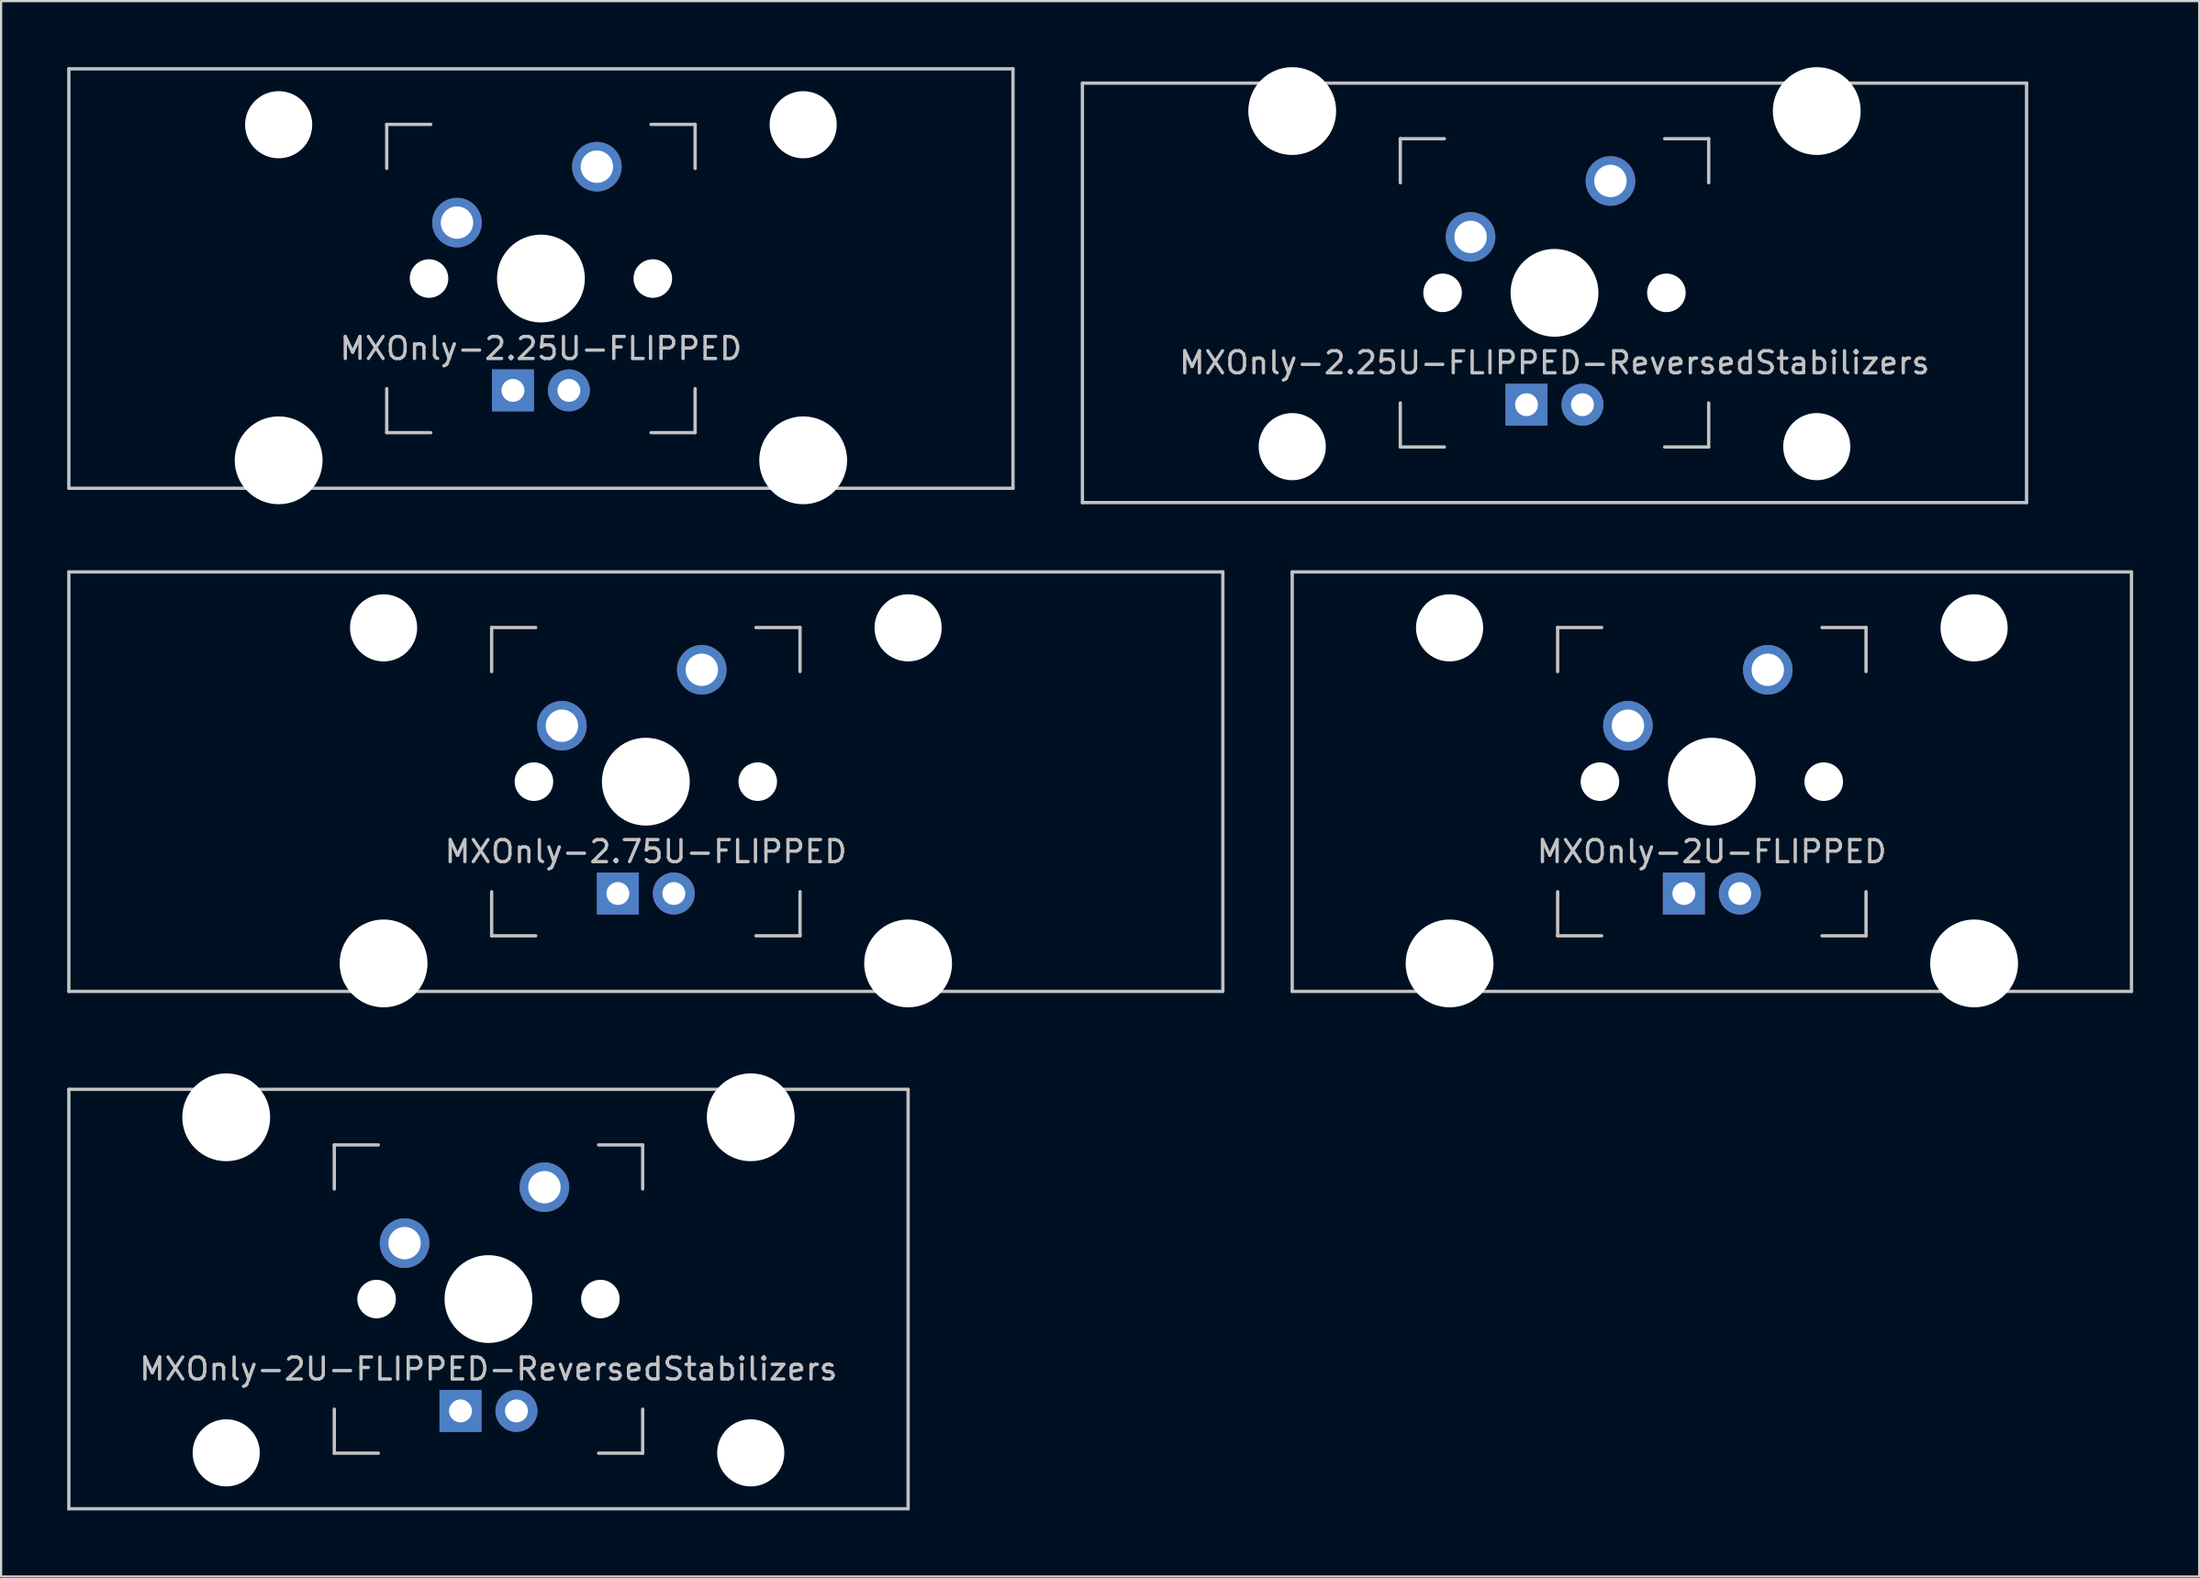
<source format=kicad_pcb>
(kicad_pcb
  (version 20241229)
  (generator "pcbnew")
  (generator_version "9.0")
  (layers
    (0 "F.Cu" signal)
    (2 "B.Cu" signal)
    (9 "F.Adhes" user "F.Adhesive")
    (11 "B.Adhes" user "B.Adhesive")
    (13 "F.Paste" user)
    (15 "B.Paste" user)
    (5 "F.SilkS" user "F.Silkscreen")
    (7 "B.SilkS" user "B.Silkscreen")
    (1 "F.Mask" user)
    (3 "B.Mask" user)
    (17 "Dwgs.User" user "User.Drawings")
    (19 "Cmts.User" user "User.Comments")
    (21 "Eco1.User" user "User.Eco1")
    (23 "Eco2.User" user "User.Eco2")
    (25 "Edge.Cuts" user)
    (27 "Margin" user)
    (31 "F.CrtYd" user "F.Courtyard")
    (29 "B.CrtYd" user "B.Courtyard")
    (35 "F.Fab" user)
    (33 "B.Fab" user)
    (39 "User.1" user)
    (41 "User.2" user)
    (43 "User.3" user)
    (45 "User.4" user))
  (footprint "MXOnly-2.25U-FLIPPED-ReversedStabilizers"
    (layer "F.Cu")
    (at 67.519 10.249)
    (property "Reference" "MXOnly-2.25U-FLIPPED-ReversedStabilizers" (at 0 3.175 0) (layer "Dwgs.User") (effects (font (size 1 1) (thickness 0.15))))
    (attr through_hole)
    (fp_line (start -21.431 -9.525) (end 21.431 -9.525) (stroke (width 0.15) (type solid)) (layer "Dwgs.User"))
    (fp_line (start -21.431 9.525) (end -21.431 -9.525) (stroke (width 0.15) (type solid)) (layer "Dwgs.User"))
    (fp_line (start -21.431 9.525) (end 21.431 9.525) (stroke (width 0.15) (type solid)) (layer "Dwgs.User"))
    (fp_line (start -7 -7) (end -7 -5) (stroke (width 0.15) (type solid)) (layer "Dwgs.User"))
    (fp_line (start -7 5) (end -7 7) (stroke (width 0.15) (type solid)) (layer "Dwgs.User"))
    (fp_line (start -7 7) (end -5 7) (stroke (width 0.15) (type solid)) (layer "Dwgs.User"))
    (fp_line (start -5 -7) (end -7 -7) (stroke (width 0.15) (type solid)) (layer "Dwgs.User"))
    (fp_line (start 5 -7) (end 7 -7) (stroke (width 0.15) (type solid)) (layer "Dwgs.User"))
    (fp_line (start 5 7) (end 7 7) (stroke (width 0.15) (type solid)) (layer "Dwgs.User"))
    (fp_line (start 7 -7) (end 7 -5) (stroke (width 0.15) (type solid)) (layer "Dwgs.User"))
    (fp_line (start 7 7) (end 7 5) (stroke (width 0.15) (type solid)) (layer "Dwgs.User"))
    (fp_line (start 21.431 -9.525) (end 21.431 9.525) (stroke (width 0.15) (type solid)) (layer "Dwgs.User"))
    (pad "" np_thru_hole circle (at -11.906 -8.255) (size 3.988 3.988) (drill 3.988) (layers "*.Cu" "*.Mask"))
    (pad "" np_thru_hole circle (at -11.906 6.985) (size 3.048 3.048) (drill 3.048) (layers "*.Cu" "*.Mask"))
    (pad "" np_thru_hole circle (at -5.08 0 48.1) (size 1.75 1.75) (drill 1.75) (layers "*.Cu" "*.Mask"))
    (pad "" np_thru_hole circle (at 0 0) (size 3.988 3.988) (drill 3.988) (layers "*.Cu" "*.Mask"))
    (pad "" np_thru_hole circle (at 5.08 0 48.1) (size 1.75 1.75) (drill 1.75) (layers "*.Cu" "*.Mask"))
    (pad "" np_thru_hole circle (at 11.906 -8.255) (size 3.988 3.988) (drill 3.988) (layers "*.Cu" "*.Mask"))
    (pad "" np_thru_hole circle (at 11.906 6.985) (size 3.048 3.048) (drill 3.048) (layers "*.Cu" "*.Mask"))
    (pad "1" thru_hole circle (at -3.81 -2.54) (size 2.25 2.25) (drill 1.47) (layers "*.Cu" "B.Mask"))
    (pad "2" thru_hole circle (at 2.54 -5.08) (size 2.25 2.25) (drill 1.47) (layers "*.Cu" "B.Mask"))
    (pad "3" thru_hole circle (at 1.27 5.08) (size 1.905 1.905) (drill 1.04) (layers "*.Cu" "B.Mask"))
    (pad "4" thru_hole rect (at -1.27 5.08) (size 1.905 1.905) (drill 1.04) (layers "*.Cu" "B.Mask")))
  (footprint "MXOnly-2.25U-FLIPPED"
    (layer "F.Cu")
    (at 21.506 9.6)
    (property "Reference" "MXOnly-2.25U-FLIPPED" (at 0 3.175 0) (layer "Dwgs.User") (effects (font (size 1 1) (thickness 0.15))))
    (attr through_hole)
    (fp_line (start -21.431 -9.525) (end 21.431 -9.525) (stroke (width 0.15) (type solid)) (layer "Dwgs.User"))
    (fp_line (start -21.431 9.525) (end -21.431 -9.525) (stroke (width 0.15) (type solid)) (layer "Dwgs.User"))
    (fp_line (start -21.431 9.525) (end 21.431 9.525) (stroke (width 0.15) (type solid)) (layer "Dwgs.User"))
    (fp_line (start -7 -7) (end -7 -5) (stroke (width 0.15) (type solid)) (layer "Dwgs.User"))
    (fp_line (start -7 5) (end -7 7) (stroke (width 0.15) (type solid)) (layer "Dwgs.User"))
    (fp_line (start -7 7) (end -5 7) (stroke (width 0.15) (type solid)) (layer "Dwgs.User"))
    (fp_line (start -5 -7) (end -7 -7) (stroke (width 0.15) (type solid)) (layer "Dwgs.User"))
    (fp_line (start 5 -7) (end 7 -7) (stroke (width 0.15) (type solid)) (layer "Dwgs.User"))
    (fp_line (start 5 7) (end 7 7) (stroke (width 0.15) (type solid)) (layer "Dwgs.User"))
    (fp_line (start 7 -7) (end 7 -5) (stroke (width 0.15) (type solid)) (layer "Dwgs.User"))
    (fp_line (start 7 7) (end 7 5) (stroke (width 0.15) (type solid)) (layer "Dwgs.User"))
    (fp_line (start 21.431 -9.525) (end 21.431 9.525) (stroke (width 0.15) (type solid)) (layer "Dwgs.User"))
    (pad "" np_thru_hole circle (at -11.906 -6.985) (size 3.048 3.048) (drill 3.048) (layers "*.Cu" "*.Mask"))
    (pad "" np_thru_hole circle (at -11.906 8.255) (size 3.988 3.988) (drill 3.988) (layers "*.Cu" "*.Mask"))
    (pad "" np_thru_hole circle (at -5.08 0 48.1) (size 1.75 1.75) (drill 1.75) (layers "*.Cu" "*.Mask"))
    (pad "" np_thru_hole circle (at 0 0) (size 3.988 3.988) (drill 3.988) (layers "*.Cu" "*.Mask"))
    (pad "" np_thru_hole circle (at 5.08 0 48.1) (size 1.75 1.75) (drill 1.75) (layers "*.Cu" "*.Mask"))
    (pad "" np_thru_hole circle (at 11.906 -6.985) (size 3.048 3.048) (drill 3.048) (layers "*.Cu" "*.Mask"))
    (pad "" np_thru_hole circle (at 11.906 8.255) (size 3.988 3.988) (drill 3.988) (layers "*.Cu" "*.Mask"))
    (pad "1" thru_hole circle (at -3.81 -2.54) (size 2.25 2.25) (drill 1.47) (layers "*.Cu" "B.Mask"))
    (pad "2" thru_hole circle (at 2.54 -5.08) (size 2.25 2.25) (drill 1.47) (layers "*.Cu" "B.Mask"))
    (pad "3" thru_hole circle (at 1.27 5.08) (size 1.905 1.905) (drill 1.04) (layers "*.Cu" "B.Mask"))
    (pad "4" thru_hole rect (at -1.27 5.08) (size 1.905 1.905) (drill 1.04) (layers "*.Cu" "B.Mask")))
  (footprint "MXOnly-2.75U-FLIPPED"
    (layer "F.Cu")
    (at 26.269 32.449)
    (property "Reference" "MXOnly-2.75U-FLIPPED" (at 0 3.175 0) (layer "Dwgs.User") (effects (font (size 1 1) (thickness 0.15))))
    (attr through_hole)
    (fp_line (start -26.194 -9.525) (end 26.194 -9.525) (stroke (width 0.15) (type solid)) (layer "Dwgs.User"))
    (fp_line (start -26.194 9.525) (end -26.194 -9.525) (stroke (width 0.15) (type solid)) (layer "Dwgs.User"))
    (fp_line (start -26.194 9.525) (end 26.194 9.525) (stroke (width 0.15) (type solid)) (layer "Dwgs.User"))
    (fp_line (start -7 -7) (end -7 -5) (stroke (width 0.15) (type solid)) (layer "Dwgs.User"))
    (fp_line (start -7 5) (end -7 7) (stroke (width 0.15) (type solid)) (layer "Dwgs.User"))
    (fp_line (start -7 7) (end -5 7) (stroke (width 0.15) (type solid)) (layer "Dwgs.User"))
    (fp_line (start -5 -7) (end -7 -7) (stroke (width 0.15) (type solid)) (layer "Dwgs.User"))
    (fp_line (start 5 -7) (end 7 -7) (stroke (width 0.15) (type solid)) (layer "Dwgs.User"))
    (fp_line (start 5 7) (end 7 7) (stroke (width 0.15) (type solid)) (layer "Dwgs.User"))
    (fp_line (start 7 -7) (end 7 -5) (stroke (width 0.15) (type solid)) (layer "Dwgs.User"))
    (fp_line (start 7 7) (end 7 5) (stroke (width 0.15) (type solid)) (layer "Dwgs.User"))
    (fp_line (start 26.194 -9.525) (end 26.194 9.525) (stroke (width 0.15) (type solid)) (layer "Dwgs.User"))
    (pad "" np_thru_hole circle (at -11.906 -6.985) (size 3.048 3.048) (drill 3.048) (layers "*.Cu" "*.Mask"))
    (pad "" np_thru_hole circle (at -11.906 8.255) (size 3.988 3.988) (drill 3.988) (layers "*.Cu" "*.Mask"))
    (pad "" np_thru_hole circle (at -5.08 0 48.1) (size 1.75 1.75) (drill 1.75) (layers "*.Cu" "*.Mask"))
    (pad "" np_thru_hole circle (at 0 0) (size 3.988 3.988) (drill 3.988) (layers "*.Cu" "*.Mask"))
    (pad "" np_thru_hole circle (at 5.08 0 48.1) (size 1.75 1.75) (drill 1.75) (layers "*.Cu" "*.Mask"))
    (pad "" np_thru_hole circle (at 11.906 -6.985) (size 3.048 3.048) (drill 3.048) (layers "*.Cu" "*.Mask"))
    (pad "" np_thru_hole circle (at 11.906 8.255) (size 3.988 3.988) (drill 3.988) (layers "*.Cu" "*.Mask"))
    (pad "1" thru_hole circle (at -3.81 -2.54) (size 2.25 2.25) (drill 1.47) (layers "*.Cu" "B.Mask"))
    (pad "2" thru_hole circle (at 2.54 -5.08) (size 2.25 2.25) (drill 1.47) (layers "*.Cu" "B.Mask"))
    (pad "3" thru_hole circle (at 1.27 5.08) (size 1.905 1.905) (drill 1.04) (layers "*.Cu" "B.Mask"))
    (pad "4" thru_hole rect (at -1.27 5.08) (size 1.905 1.905) (drill 1.04) (layers "*.Cu" "B.Mask")))
  (footprint "MXOnly-2U-FLIPPED-ReversedStabilizers"
    (layer "F.Cu")
    (at 19.125 55.947)
    (property "Reference" "MXOnly-2U-FLIPPED-ReversedStabilizers" (at 0 3.175 0) (layer "Dwgs.User") (effects (font (size 1 1) (thickness 0.15))))
    (attr through_hole)
    (fp_line (start -19.05 -9.525) (end 19.05 -9.525) (stroke (width 0.15) (type solid)) (layer "Dwgs.User"))
    (fp_line (start -19.05 9.525) (end -19.05 -9.525) (stroke (width 0.15) (type solid)) (layer "Dwgs.User"))
    (fp_line (start -19.05 9.525) (end 19.05 9.525) (stroke (width 0.15) (type solid)) (layer "Dwgs.User"))
    (fp_line (start -7 -7) (end -7 -5) (stroke (width 0.15) (type solid)) (layer "Dwgs.User"))
    (fp_line (start -7 5) (end -7 7) (stroke (width 0.15) (type solid)) (layer "Dwgs.User"))
    (fp_line (start -7 7) (end -5 7) (stroke (width 0.15) (type solid)) (layer "Dwgs.User"))
    (fp_line (start -5 -7) (end -7 -7) (stroke (width 0.15) (type solid)) (layer "Dwgs.User"))
    (fp_line (start 5 -7) (end 7 -7) (stroke (width 0.15) (type solid)) (layer "Dwgs.User"))
    (fp_line (start 5 7) (end 7 7) (stroke (width 0.15) (type solid)) (layer "Dwgs.User"))
    (fp_line (start 7 -7) (end 7 -5) (stroke (width 0.15) (type solid)) (layer "Dwgs.User"))
    (fp_line (start 7 7) (end 7 5) (stroke (width 0.15) (type solid)) (layer "Dwgs.User"))
    (fp_line (start 19.05 -9.525) (end 19.05 9.525) (stroke (width 0.15) (type solid)) (layer "Dwgs.User"))
    (pad "" np_thru_hole circle (at -11.906 -8.255) (size 3.988 3.988) (drill 3.988) (layers "*.Cu" "*.Mask"))
    (pad "" np_thru_hole circle (at -11.906 6.985) (size 3.048 3.048) (drill 3.048) (layers "*.Cu" "*.Mask"))
    (pad "" np_thru_hole circle (at -5.08 0 48.1) (size 1.75 1.75) (drill 1.75) (layers "*.Cu" "*.Mask"))
    (pad "" np_thru_hole circle (at 0 0) (size 3.988 3.988) (drill 3.988) (layers "*.Cu" "*.Mask"))
    (pad "" np_thru_hole circle (at 5.08 0 48.1) (size 1.75 1.75) (drill 1.75) (layers "*.Cu" "*.Mask"))
    (pad "" np_thru_hole circle (at 11.906 -8.255) (size 3.988 3.988) (drill 3.988) (layers "*.Cu" "*.Mask"))
    (pad "" np_thru_hole circle (at 11.906 6.985) (size 3.048 3.048) (drill 3.048) (layers "*.Cu" "*.Mask"))
    (pad "1" thru_hole circle (at -3.81 -2.54) (size 2.25 2.25) (drill 1.47) (layers "*.Cu" "B.Mask"))
    (pad "2" thru_hole circle (at 2.54 -5.08) (size 2.25 2.25) (drill 1.47) (layers "*.Cu" "B.Mask"))
    (pad "3" thru_hole circle (at 1.27 5.08) (size 1.905 1.905) (drill 1.04) (layers "*.Cu" "B.Mask"))
    (pad "4" thru_hole rect (at -1.27 5.08) (size 1.905 1.905) (drill 1.04) (layers "*.Cu" "B.Mask")))
  (footprint "MXOnly-2U-FLIPPED"
    (layer "F.Cu")
    (at 74.662 32.449)
    (property "Reference" "MXOnly-2U-FLIPPED" (at 0 3.175 0) (layer "Dwgs.User") (effects (font (size 1 1) (thickness 0.15))))
    (attr through_hole)
    (fp_line (start -19.05 -9.525) (end 19.05 -9.525) (stroke (width 0.15) (type solid)) (layer "Dwgs.User"))
    (fp_line (start -19.05 9.525) (end -19.05 -9.525) (stroke (width 0.15) (type solid)) (layer "Dwgs.User"))
    (fp_line (start -19.05 9.525) (end 19.05 9.525) (stroke (width 0.15) (type solid)) (layer "Dwgs.User"))
    (fp_line (start -7 -7) (end -7 -5) (stroke (width 0.15) (type solid)) (layer "Dwgs.User"))
    (fp_line (start -7 5) (end -7 7) (stroke (width 0.15) (type solid)) (layer "Dwgs.User"))
    (fp_line (start -7 7) (end -5 7) (stroke (width 0.15) (type solid)) (layer "Dwgs.User"))
    (fp_line (start -5 -7) (end -7 -7) (stroke (width 0.15) (type solid)) (layer "Dwgs.User"))
    (fp_line (start 5 -7) (end 7 -7) (stroke (width 0.15) (type solid)) (layer "Dwgs.User"))
    (fp_line (start 5 7) (end 7 7) (stroke (width 0.15) (type solid)) (layer "Dwgs.User"))
    (fp_line (start 7 -7) (end 7 -5) (stroke (width 0.15) (type solid)) (layer "Dwgs.User"))
    (fp_line (start 7 7) (end 7 5) (stroke (width 0.15) (type solid)) (layer "Dwgs.User"))
    (fp_line (start 19.05 -9.525) (end 19.05 9.525) (stroke (width 0.15) (type solid)) (layer "Dwgs.User"))
    (pad "" np_thru_hole circle (at -11.906 -6.985) (size 3.048 3.048) (drill 3.048) (layers "*.Cu" "*.Mask"))
    (pad "" np_thru_hole circle (at -11.906 8.255) (size 3.988 3.988) (drill 3.988) (layers "*.Cu" "*.Mask"))
    (pad "" np_thru_hole circle (at -5.08 0 48.1) (size 1.75 1.75) (drill 1.75) (layers "*.Cu" "*.Mask"))
    (pad "" np_thru_hole circle (at 0 0) (size 3.988 3.988) (drill 3.988) (layers "*.Cu" "*.Mask"))
    (pad "" np_thru_hole circle (at 5.08 0 48.1) (size 1.75 1.75) (drill 1.75) (layers "*.Cu" "*.Mask"))
    (pad "" np_thru_hole circle (at 11.906 -6.985) (size 3.048 3.048) (drill 3.048) (layers "*.Cu" "*.Mask"))
    (pad "" np_thru_hole circle (at 11.906 8.255) (size 3.988 3.988) (drill 3.988) (layers "*.Cu" "*.Mask"))
    (pad "1" thru_hole circle (at -3.81 -2.54) (size 2.25 2.25) (drill 1.47) (layers "*.Cu" "B.Mask"))
    (pad "2" thru_hole circle (at 2.54 -5.08) (size 2.25 2.25) (drill 1.47) (layers "*.Cu" "B.Mask"))
    (pad "3" thru_hole circle (at 1.27 5.08) (size 1.905 1.905) (drill 1.04) (layers "*.Cu" "B.Mask"))
    (pad "4" thru_hole rect (at -1.27 5.08) (size 1.905 1.905) (drill 1.04) (layers "*.Cu" "B.Mask")))
  (gr_rect
    (start -3 -3)
    (end 96.787 68.547)
    (stroke (width 0.1) (type default))
    (fill no)
    (layer "Edge.Cuts")))
</source>
